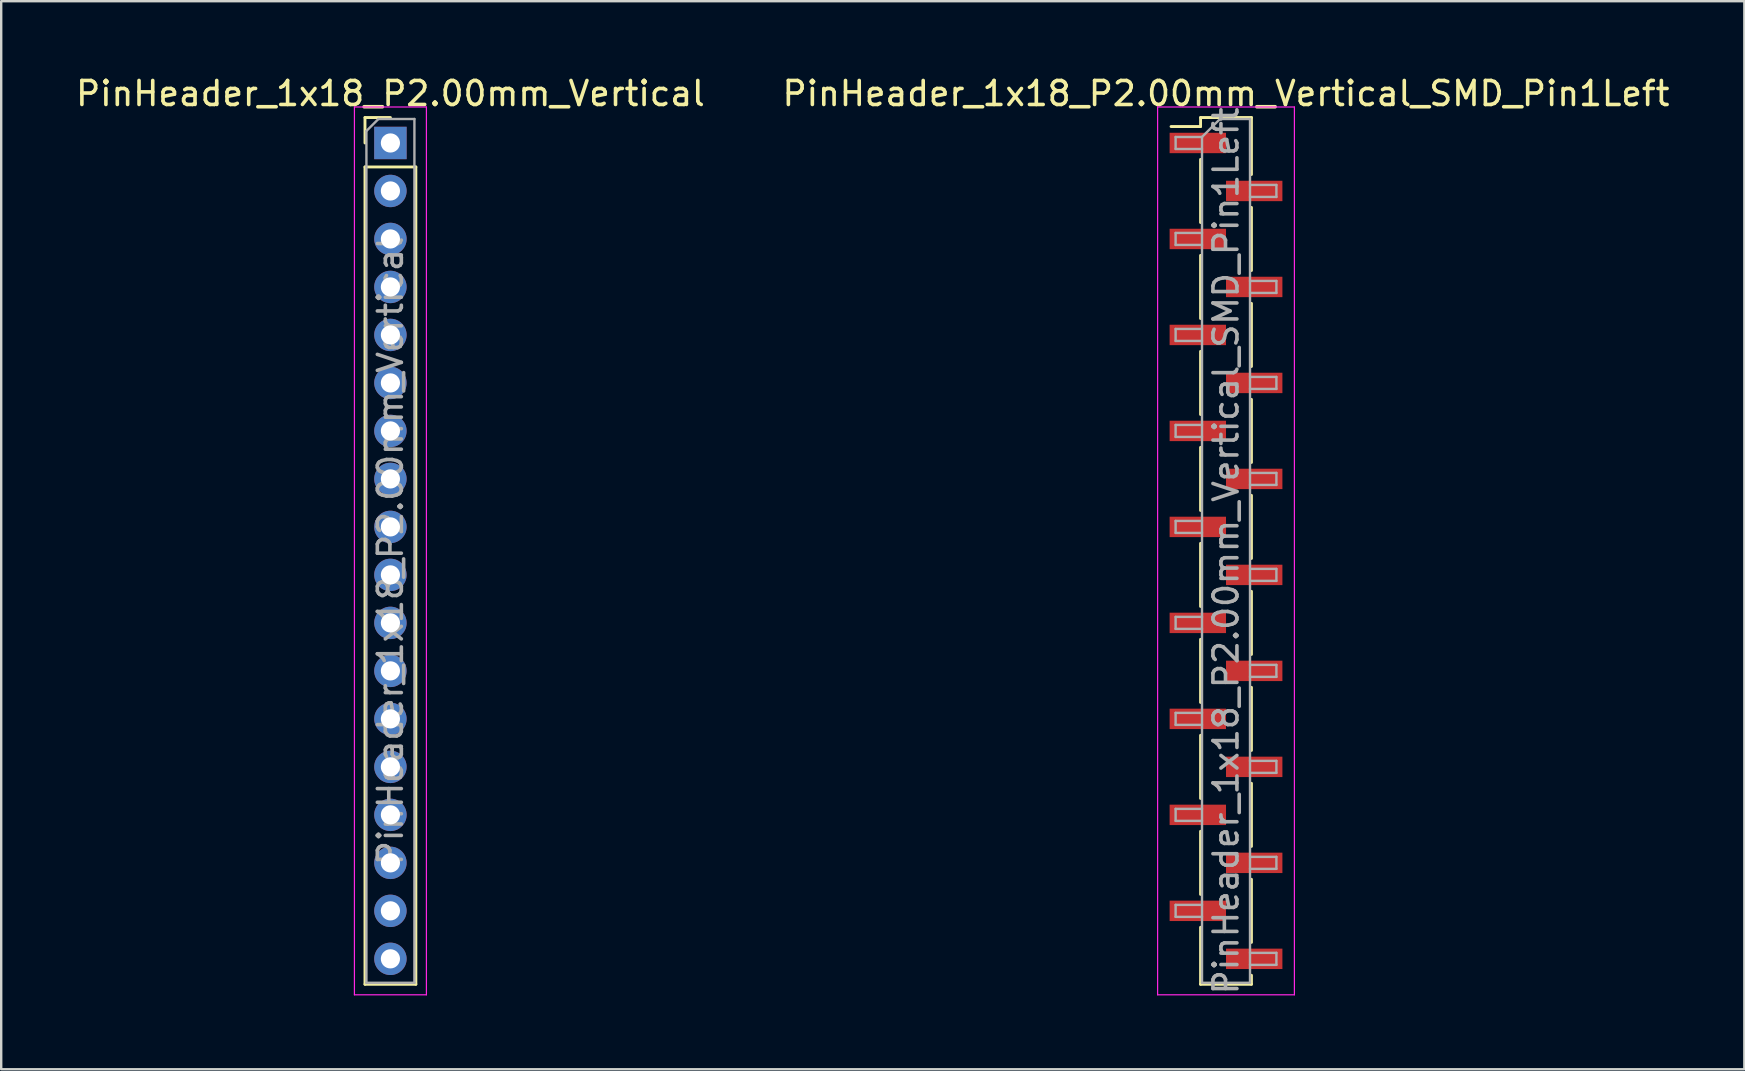
<source format=kicad_pcb>
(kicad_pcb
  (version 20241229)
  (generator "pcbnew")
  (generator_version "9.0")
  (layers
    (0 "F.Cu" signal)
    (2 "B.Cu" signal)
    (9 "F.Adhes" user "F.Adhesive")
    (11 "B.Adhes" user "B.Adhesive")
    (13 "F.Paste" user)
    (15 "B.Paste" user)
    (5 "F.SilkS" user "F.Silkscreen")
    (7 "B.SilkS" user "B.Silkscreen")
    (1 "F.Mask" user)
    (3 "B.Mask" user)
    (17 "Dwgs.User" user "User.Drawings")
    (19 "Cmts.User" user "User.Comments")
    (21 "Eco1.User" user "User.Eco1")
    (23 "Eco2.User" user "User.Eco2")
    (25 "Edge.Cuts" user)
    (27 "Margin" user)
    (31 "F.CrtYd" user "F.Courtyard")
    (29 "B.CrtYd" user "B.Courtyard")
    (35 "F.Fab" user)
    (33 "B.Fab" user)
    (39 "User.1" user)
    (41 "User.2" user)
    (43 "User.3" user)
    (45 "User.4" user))
  (footprint "PinHeader_1x18_P2.00mm_Vertical"
    (layer "F.Cu")
    (at 13.22 2.908)
    (property "Reference" "PinHeader_1x18_P2.00mm_Vertical" (at 0 -2.06 0) (layer "F.SilkS") (effects (font (size 1 1) (thickness 0.15))))
    (attr through_hole)
    (fp_line (start -1.06 -1.06) (end 0 -1.06) (stroke (width 0.12) (type solid)) (layer "F.SilkS"))
    (fp_line (start -1.06 0) (end -1.06 -1.06) (stroke (width 0.12) (type solid)) (layer "F.SilkS"))
    (fp_line (start -1.06 1) (end -1.06 35.06) (stroke (width 0.12) (type solid)) (layer "F.SilkS"))
    (fp_line (start -1.06 1) (end 1.06 1) (stroke (width 0.12) (type solid)) (layer "F.SilkS"))
    (fp_line (start -1.06 35.06) (end 1.06 35.06) (stroke (width 0.12) (type solid)) (layer "F.SilkS"))
    (fp_line (start 1.06 1) (end 1.06 35.06) (stroke (width 0.12) (type solid)) (layer "F.SilkS"))
    (fp_line (start -1.5 -1.5) (end -1.5 35.5) (stroke (width 0.05) (type solid)) (layer "F.CrtYd"))
    (fp_line (start -1.5 35.5) (end 1.5 35.5) (stroke (width 0.05) (type solid)) (layer "F.CrtYd"))
    (fp_line (start 1.5 -1.5) (end -1.5 -1.5) (stroke (width 0.05) (type solid)) (layer "F.CrtYd"))
    (fp_line (start 1.5 35.5) (end 1.5 -1.5) (stroke (width 0.05) (type solid)) (layer "F.CrtYd"))
    (fp_line (start -1 -0.5) (end -0.5 -1) (stroke (width 0.1) (type solid)) (layer "F.Fab"))
    (fp_line (start -1 35) (end -1 -0.5) (stroke (width 0.1) (type solid)) (layer "F.Fab"))
    (fp_line (start -0.5 -1) (end 1 -1) (stroke (width 0.1) (type solid)) (layer "F.Fab"))
    (fp_line (start 1 -1) (end 1 35) (stroke (width 0.1) (type solid)) (layer "F.Fab"))
    (fp_line (start 1 35) (end -1 35) (stroke (width 0.1) (type solid)) (layer "F.Fab"))
    (fp_text user "${REFERENCE}" (at 0 17 90) (layer "F.Fab") (effects (font (size 1 1) (thickness 0.15))))
    (pad "1" thru_hole rect (at 0 0) (size 1.35 1.35) (drill 0.8) (layers "*.Cu" "*.Mask"))
    (pad "2" thru_hole oval (at 0 2) (size 1.35 1.35) (drill 0.8) (layers "*.Cu" "*.Mask"))
    (pad "3" thru_hole oval (at 0 4) (size 1.35 1.35) (drill 0.8) (layers "*.Cu" "*.Mask"))
    (pad "4" thru_hole oval (at 0 6) (size 1.35 1.35) (drill 0.8) (layers "*.Cu" "*.Mask"))
    (pad "5" thru_hole oval (at 0 8) (size 1.35 1.35) (drill 0.8) (layers "*.Cu" "*.Mask"))
    (pad "6" thru_hole oval (at 0 10) (size 1.35 1.35) (drill 0.8) (layers "*.Cu" "*.Mask"))
    (pad "7" thru_hole oval (at 0 12) (size 1.35 1.35) (drill 0.8) (layers "*.Cu" "*.Mask"))
    (pad "8" thru_hole oval (at 0 14) (size 1.35 1.35) (drill 0.8) (layers "*.Cu" "*.Mask"))
    (pad "9" thru_hole oval (at 0 16) (size 1.35 1.35) (drill 0.8) (layers "*.Cu" "*.Mask"))
    (pad "10" thru_hole oval (at 0 18) (size 1.35 1.35) (drill 0.8) (layers "*.Cu" "*.Mask"))
    (pad "11" thru_hole oval (at 0 20) (size 1.35 1.35) (drill 0.8) (layers "*.Cu" "*.Mask"))
    (pad "12" thru_hole oval (at 0 22) (size 1.35 1.35) (drill 0.8) (layers "*.Cu" "*.Mask"))
    (pad "13" thru_hole oval (at 0 24) (size 1.35 1.35) (drill 0.8) (layers "*.Cu" "*.Mask"))
    (pad "14" thru_hole oval (at 0 26) (size 1.35 1.35) (drill 0.8) (layers "*.Cu" "*.Mask"))
    (pad "15" thru_hole oval (at 0 28) (size 1.35 1.35) (drill 0.8) (layers "*.Cu" "*.Mask"))
    (pad "16" thru_hole oval (at 0 30) (size 1.35 1.35) (drill 0.8) (layers "*.Cu" "*.Mask"))
    (pad "17" thru_hole oval (at 0 32) (size 1.35 1.35) (drill 0.8) (layers "*.Cu" "*.Mask"))
    (pad "18" thru_hole oval (at 0 34) (size 1.35 1.35) (drill 0.8) (layers "*.Cu" "*.Mask")))
  (footprint "PinHeader_1x18_P2.00mm_Vertical_SMD_Pin1Left"
    (layer "F.Cu")
    (at 48.042 19.908)
    (property "Reference" "PinHeader_1x18_P2.00mm_Vertical_SMD_Pin1Left" (at 0 -19.06 0) (layer "F.SilkS") (effects (font (size 1 1) (thickness 0.15))))
    (attr smd)
    (fp_line (start -1.06 -18.06) (end -1.06 -17.685) (stroke (width 0.12) (type solid)) (layer "F.SilkS"))
    (fp_line (start -1.06 -18.06) (end 1.06 -18.06) (stroke (width 0.12) (type solid)) (layer "F.SilkS"))
    (fp_line (start -1.06 -17.685) (end -2.29 -17.685) (stroke (width 0.12) (type solid)) (layer "F.SilkS"))
    (fp_line (start -1.06 -16.315) (end -1.06 -13.685) (stroke (width 0.12) (type solid)) (layer "F.SilkS"))
    (fp_line (start -1.06 -12.315) (end -1.06 -9.685) (stroke (width 0.12) (type solid)) (layer "F.SilkS"))
    (fp_line (start -1.06 -8.315) (end -1.06 -5.685) (stroke (width 0.12) (type solid)) (layer "F.SilkS"))
    (fp_line (start -1.06 -4.315) (end -1.06 -1.685) (stroke (width 0.12) (type solid)) (layer "F.SilkS"))
    (fp_line (start -1.06 -0.315) (end -1.06 2.315) (stroke (width 0.12) (type solid)) (layer "F.SilkS"))
    (fp_line (start -1.06 3.685) (end -1.06 6.315) (stroke (width 0.12) (type solid)) (layer "F.SilkS"))
    (fp_line (start -1.06 7.685) (end -1.06 10.315) (stroke (width 0.12) (type solid)) (layer "F.SilkS"))
    (fp_line (start -1.06 11.685) (end -1.06 14.315) (stroke (width 0.12) (type solid)) (layer "F.SilkS"))
    (fp_line (start -1.06 15.685) (end -1.06 18.06) (stroke (width 0.12) (type solid)) (layer "F.SilkS"))
    (fp_line (start -1.06 18.06) (end 1.06 18.06) (stroke (width 0.12) (type solid)) (layer "F.SilkS"))
    (fp_line (start 1.06 -18.06) (end 1.06 -15.685) (stroke (width 0.12) (type solid)) (layer "F.SilkS"))
    (fp_line (start 1.06 -14.315) (end 1.06 -11.685) (stroke (width 0.12) (type solid)) (layer "F.SilkS"))
    (fp_line (start 1.06 -10.315) (end 1.06 -7.685) (stroke (width 0.12) (type solid)) (layer "F.SilkS"))
    (fp_line (start 1.06 -6.315) (end 1.06 -3.685) (stroke (width 0.12) (type solid)) (layer "F.SilkS"))
    (fp_line (start 1.06 -2.315) (end 1.06 0.315) (stroke (width 0.12) (type solid)) (layer "F.SilkS"))
    (fp_line (start 1.06 1.685) (end 1.06 4.315) (stroke (width 0.12) (type solid)) (layer "F.SilkS"))
    (fp_line (start 1.06 5.685) (end 1.06 8.315) (stroke (width 0.12) (type solid)) (layer "F.SilkS"))
    (fp_line (start 1.06 9.685) (end 1.06 12.315) (stroke (width 0.12) (type solid)) (layer "F.SilkS"))
    (fp_line (start 1.06 13.685) (end 1.06 16.315) (stroke (width 0.12) (type solid)) (layer "F.SilkS"))
    (fp_line (start 1.06 17.685) (end 1.06 18.06) (stroke (width 0.12) (type solid)) (layer "F.SilkS"))
    (fp_line (start -2.85 -18.5) (end -2.85 18.5) (stroke (width 0.05) (type solid)) (layer "F.CrtYd"))
    (fp_line (start -2.85 18.5) (end 2.85 18.5) (stroke (width 0.05) (type solid)) (layer "F.CrtYd"))
    (fp_line (start 2.85 -18.5) (end -2.85 -18.5) (stroke (width 0.05) (type solid)) (layer "F.CrtYd"))
    (fp_line (start 2.85 18.5) (end 2.85 -18.5) (stroke (width 0.05) (type solid)) (layer "F.CrtYd"))
    (fp_line (start -2.1 -17.25) (end -2.1 -16.75) (stroke (width 0.1) (type solid)) (layer "F.Fab"))
    (fp_line (start -2.1 -16.75) (end -1 -16.75) (stroke (width 0.1) (type solid)) (layer "F.Fab"))
    (fp_line (start -2.1 -13.25) (end -2.1 -12.75) (stroke (width 0.1) (type solid)) (layer "F.Fab"))
    (fp_line (start -2.1 -12.75) (end -1 -12.75) (stroke (width 0.1) (type solid)) (layer "F.Fab"))
    (fp_line (start -2.1 -9.25) (end -2.1 -8.75) (stroke (width 0.1) (type solid)) (layer "F.Fab"))
    (fp_line (start -2.1 -8.75) (end -1 -8.75) (stroke (width 0.1) (type solid)) (layer "F.Fab"))
    (fp_line (start -2.1 -5.25) (end -2.1 -4.75) (stroke (width 0.1) (type solid)) (layer "F.Fab"))
    (fp_line (start -2.1 -4.75) (end -1 -4.75) (stroke (width 0.1) (type solid)) (layer "F.Fab"))
    (fp_line (start -2.1 -1.25) (end -2.1 -0.75) (stroke (width 0.1) (type solid)) (layer "F.Fab"))
    (fp_line (start -2.1 -0.75) (end -1 -0.75) (stroke (width 0.1) (type solid)) (layer "F.Fab"))
    (fp_line (start -2.1 2.75) (end -2.1 3.25) (stroke (width 0.1) (type solid)) (layer "F.Fab"))
    (fp_line (start -2.1 3.25) (end -1 3.25) (stroke (width 0.1) (type solid)) (layer "F.Fab"))
    (fp_line (start -2.1 6.75) (end -2.1 7.25) (stroke (width 0.1) (type solid)) (layer "F.Fab"))
    (fp_line (start -2.1 7.25) (end -1 7.25) (stroke (width 0.1) (type solid)) (layer "F.Fab"))
    (fp_line (start -2.1 10.75) (end -2.1 11.25) (stroke (width 0.1) (type solid)) (layer "F.Fab"))
    (fp_line (start -2.1 11.25) (end -1 11.25) (stroke (width 0.1) (type solid)) (layer "F.Fab"))
    (fp_line (start -2.1 14.75) (end -2.1 15.25) (stroke (width 0.1) (type solid)) (layer "F.Fab"))
    (fp_line (start -2.1 15.25) (end -1 15.25) (stroke (width 0.1) (type solid)) (layer "F.Fab"))
    (fp_line (start -1 -17.25) (end -2.1 -17.25) (stroke (width 0.1) (type solid)) (layer "F.Fab"))
    (fp_line (start -1 -17.25) (end -0.25 -18) (stroke (width 0.1) (type solid)) (layer "F.Fab"))
    (fp_line (start -1 -13.25) (end -2.1 -13.25) (stroke (width 0.1) (type solid)) (layer "F.Fab"))
    (fp_line (start -1 -9.25) (end -2.1 -9.25) (stroke (width 0.1) (type solid)) (layer "F.Fab"))
    (fp_line (start -1 -5.25) (end -2.1 -5.25) (stroke (width 0.1) (type solid)) (layer "F.Fab"))
    (fp_line (start -1 -1.25) (end -2.1 -1.25) (stroke (width 0.1) (type solid)) (layer "F.Fab"))
    (fp_line (start -1 2.75) (end -2.1 2.75) (stroke (width 0.1) (type solid)) (layer "F.Fab"))
    (fp_line (start -1 6.75) (end -2.1 6.75) (stroke (width 0.1) (type solid)) (layer "F.Fab"))
    (fp_line (start -1 10.75) (end -2.1 10.75) (stroke (width 0.1) (type solid)) (layer "F.Fab"))
    (fp_line (start -1 14.75) (end -2.1 14.75) (stroke (width 0.1) (type solid)) (layer "F.Fab"))
    (fp_line (start -1 18) (end -1 -17.25) (stroke (width 0.1) (type solid)) (layer "F.Fab"))
    (fp_line (start -0.25 -18) (end 1 -18) (stroke (width 0.1) (type solid)) (layer "F.Fab"))
    (fp_line (start 1 -18) (end 1 18) (stroke (width 0.1) (type solid)) (layer "F.Fab"))
    (fp_line (start 1 -15.25) (end 2.1 -15.25) (stroke (width 0.1) (type solid)) (layer "F.Fab"))
    (fp_line (start 1 -11.25) (end 2.1 -11.25) (stroke (width 0.1) (type solid)) (layer "F.Fab"))
    (fp_line (start 1 -7.25) (end 2.1 -7.25) (stroke (width 0.1) (type solid)) (layer "F.Fab"))
    (fp_line (start 1 -3.25) (end 2.1 -3.25) (stroke (width 0.1) (type solid)) (layer "F.Fab"))
    (fp_line (start 1 0.75) (end 2.1 0.75) (stroke (width 0.1) (type solid)) (layer "F.Fab"))
    (fp_line (start 1 4.75) (end 2.1 4.75) (stroke (width 0.1) (type solid)) (layer "F.Fab"))
    (fp_line (start 1 8.75) (end 2.1 8.75) (stroke (width 0.1) (type solid)) (layer "F.Fab"))
    (fp_line (start 1 12.75) (end 2.1 12.75) (stroke (width 0.1) (type solid)) (layer "F.Fab"))
    (fp_line (start 1 16.75) (end 2.1 16.75) (stroke (width 0.1) (type solid)) (layer "F.Fab"))
    (fp_line (start 1 18) (end -1 18) (stroke (width 0.1) (type solid)) (layer "F.Fab"))
    (fp_line (start 2.1 -15.25) (end 2.1 -14.75) (stroke (width 0.1) (type solid)) (layer "F.Fab"))
    (fp_line (start 2.1 -14.75) (end 1 -14.75) (stroke (width 0.1) (type solid)) (layer "F.Fab"))
    (fp_line (start 2.1 -11.25) (end 2.1 -10.75) (stroke (width 0.1) (type solid)) (layer "F.Fab"))
    (fp_line (start 2.1 -10.75) (end 1 -10.75) (stroke (width 0.1) (type solid)) (layer "F.Fab"))
    (fp_line (start 2.1 -7.25) (end 2.1 -6.75) (stroke (width 0.1) (type solid)) (layer "F.Fab"))
    (fp_line (start 2.1 -6.75) (end 1 -6.75) (stroke (width 0.1) (type solid)) (layer "F.Fab"))
    (fp_line (start 2.1 -3.25) (end 2.1 -2.75) (stroke (width 0.1) (type solid)) (layer "F.Fab"))
    (fp_line (start 2.1 -2.75) (end 1 -2.75) (stroke (width 0.1) (type solid)) (layer "F.Fab"))
    (fp_line (start 2.1 0.75) (end 2.1 1.25) (stroke (width 0.1) (type solid)) (layer "F.Fab"))
    (fp_line (start 2.1 1.25) (end 1 1.25) (stroke (width 0.1) (type solid)) (layer "F.Fab"))
    (fp_line (start 2.1 4.75) (end 2.1 5.25) (stroke (width 0.1) (type solid)) (layer "F.Fab"))
    (fp_line (start 2.1 5.25) (end 1 5.25) (stroke (width 0.1) (type solid)) (layer "F.Fab"))
    (fp_line (start 2.1 8.75) (end 2.1 9.25) (stroke (width 0.1) (type solid)) (layer "F.Fab"))
    (fp_line (start 2.1 9.25) (end 1 9.25) (stroke (width 0.1) (type solid)) (layer "F.Fab"))
    (fp_line (start 2.1 12.75) (end 2.1 13.25) (stroke (width 0.1) (type solid)) (layer "F.Fab"))
    (fp_line (start 2.1 13.25) (end 1 13.25) (stroke (width 0.1) (type solid)) (layer "F.Fab"))
    (fp_line (start 2.1 16.75) (end 2.1 17.25) (stroke (width 0.1) (type solid)) (layer "F.Fab"))
    (fp_line (start 2.1 17.25) (end 1 17.25) (stroke (width 0.1) (type solid)) (layer "F.Fab"))
    (fp_text user "${REFERENCE}" (at 0 0 90) (layer "F.Fab") (effects (font (size 1 1) (thickness 0.15))))
    (pad "1" smd rect (at -1.175 -17) (size 2.35 0.85) (layers "F.Cu" "F.Mask" "F.Paste"))
    (pad "2" smd rect (at 1.175 -15) (size 2.35 0.85) (layers "F.Cu" "F.Mask" "F.Paste"))
    (pad "3" smd rect (at -1.175 -13) (size 2.35 0.85) (layers "F.Cu" "F.Mask" "F.Paste"))
    (pad "4" smd rect (at 1.175 -11) (size 2.35 0.85) (layers "F.Cu" "F.Mask" "F.Paste"))
    (pad "5" smd rect (at -1.175 -9) (size 2.35 0.85) (layers "F.Cu" "F.Mask" "F.Paste"))
    (pad "6" smd rect (at 1.175 -7) (size 2.35 0.85) (layers "F.Cu" "F.Mask" "F.Paste"))
    (pad "7" smd rect (at -1.175 -5) (size 2.35 0.85) (layers "F.Cu" "F.Mask" "F.Paste"))
    (pad "8" smd rect (at 1.175 -3) (size 2.35 0.85) (layers "F.Cu" "F.Mask" "F.Paste"))
    (pad "9" smd rect (at -1.175 -1) (size 2.35 0.85) (layers "F.Cu" "F.Mask" "F.Paste"))
    (pad "10" smd rect (at 1.175 1) (size 2.35 0.85) (layers "F.Cu" "F.Mask" "F.Paste"))
    (pad "11" smd rect (at -1.175 3) (size 2.35 0.85) (layers "F.Cu" "F.Mask" "F.Paste"))
    (pad "12" smd rect (at 1.175 5) (size 2.35 0.85) (layers "F.Cu" "F.Mask" "F.Paste"))
    (pad "13" smd rect (at -1.175 7) (size 2.35 0.85) (layers "F.Cu" "F.Mask" "F.Paste"))
    (pad "14" smd rect (at 1.175 9) (size 2.35 0.85) (layers "F.Cu" "F.Mask" "F.Paste"))
    (pad "15" smd rect (at -1.175 11) (size 2.35 0.85) (layers "F.Cu" "F.Mask" "F.Paste"))
    (pad "16" smd rect (at 1.175 13) (size 2.35 0.85) (layers "F.Cu" "F.Mask" "F.Paste"))
    (pad "17" smd rect (at -1.175 15) (size 2.35 0.85) (layers "F.Cu" "F.Mask" "F.Paste"))
    (pad "18" smd rect (at 1.175 17) (size 2.35 0.85) (layers "F.Cu" "F.Mask" "F.Paste")))
  (gr_rect
    (start -3 -3)
    (end 69.643 41.509)
    (stroke (width 0.1) (type default))
    (fill no)
    (layer "Edge.Cuts")))
</source>
